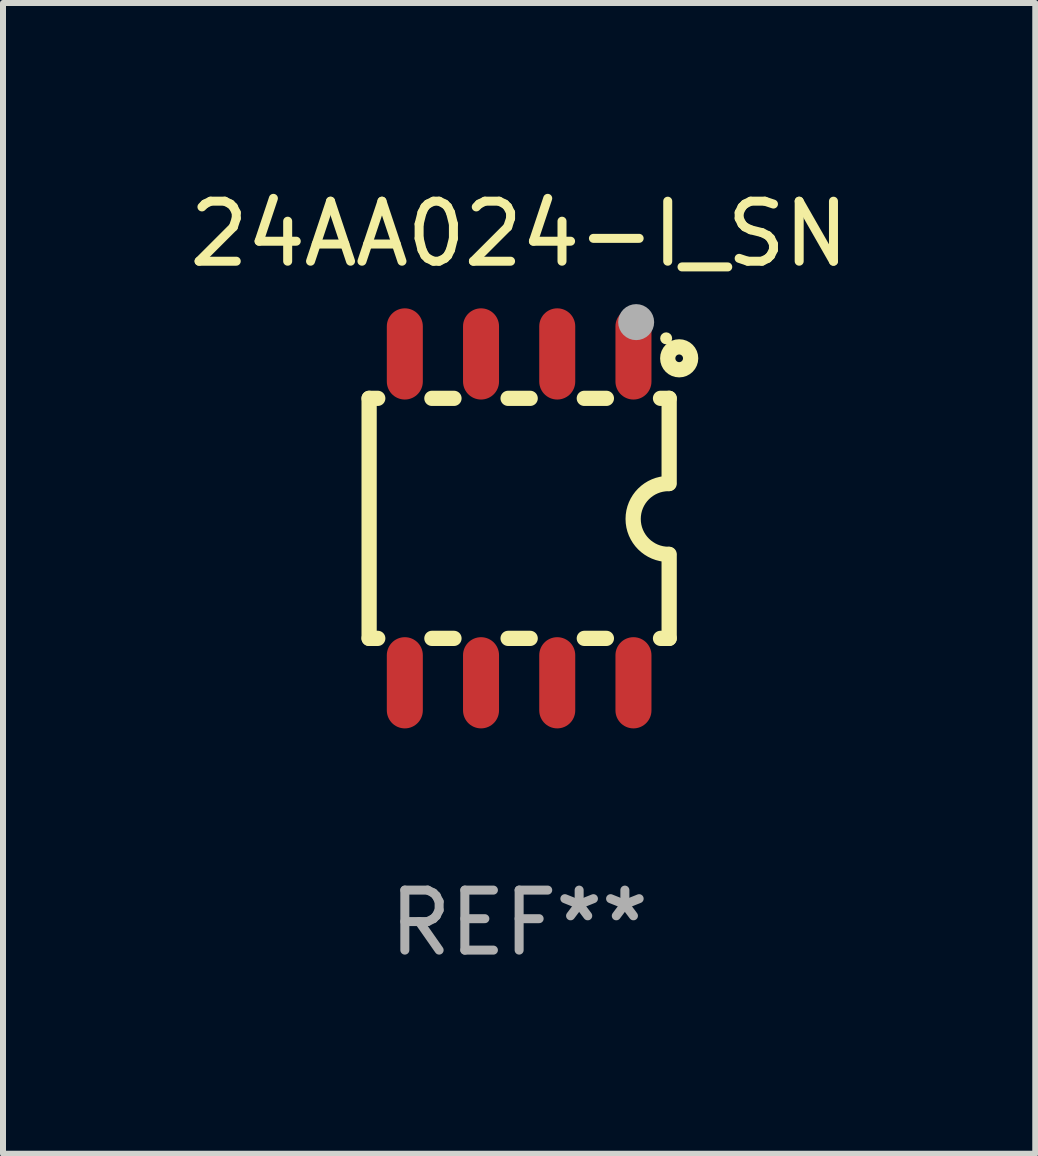
<source format=kicad_pcb>
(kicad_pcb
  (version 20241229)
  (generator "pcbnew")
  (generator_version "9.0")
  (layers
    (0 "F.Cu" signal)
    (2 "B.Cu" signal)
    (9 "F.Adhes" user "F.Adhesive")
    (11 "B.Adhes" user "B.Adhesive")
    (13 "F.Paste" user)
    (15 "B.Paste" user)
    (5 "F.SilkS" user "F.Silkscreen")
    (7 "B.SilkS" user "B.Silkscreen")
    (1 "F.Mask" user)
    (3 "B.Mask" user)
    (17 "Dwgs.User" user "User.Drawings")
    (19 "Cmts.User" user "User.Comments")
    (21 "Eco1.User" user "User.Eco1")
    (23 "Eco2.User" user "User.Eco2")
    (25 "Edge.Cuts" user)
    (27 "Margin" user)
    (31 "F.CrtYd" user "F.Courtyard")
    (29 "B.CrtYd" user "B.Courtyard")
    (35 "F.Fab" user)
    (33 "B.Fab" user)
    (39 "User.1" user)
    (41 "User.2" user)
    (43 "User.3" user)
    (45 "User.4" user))
  (footprint "24AA024-I_SN"
    (layer "F.Cu")
    (at 5.601 5.588)
    (property "Reference" "24AA024-I_SN" (at 0 -4.74 0) (layer "F.SilkS") (effects (font (size 1 1) (thickness 0.15))))
    (attr through_hole)
    (fp_line (start -2.5 2) (end -2.5 -2) (stroke (width 0.254) (type solid)) (layer "F.SilkS"))
    (fp_line (start -2.356 -2) (end -2.5 -2) (stroke (width 0.254) (type solid)) (layer "F.SilkS"))
    (fp_line (start -2.356 2) (end -2.5 2) (stroke (width 0.254) (type solid)) (layer "F.SilkS"))
    (fp_line (start -1.086 -2) (end -1.454 -2) (stroke (width 0.254) (type solid)) (layer "F.SilkS"))
    (fp_line (start -1.086 2) (end -1.454 2) (stroke (width 0.254) (type solid)) (layer "F.SilkS"))
    (fp_line (start 0.184 -2) (end -0.184 -2) (stroke (width 0.254) (type solid)) (layer "F.SilkS"))
    (fp_line (start 0.184 2) (end -0.184 2) (stroke (width 0.254) (type solid)) (layer "F.SilkS"))
    (fp_line (start 1.454 -2) (end 1.086 -2) (stroke (width 0.254) (type solid)) (layer "F.SilkS"))
    (fp_line (start 1.454 2) (end 1.086 2) (stroke (width 0.254) (type solid)) (layer "F.SilkS"))
    (fp_line (start 2.5 -2) (end 2.356 -2) (stroke (width 0.254) (type solid)) (layer "F.SilkS"))
    (fp_line (start 2.5 -0.58) (end 2.5 -2) (stroke (width 0.254) (type solid)) (layer "F.SilkS"))
    (fp_line (start 2.5 2) (end 2.356 2) (stroke (width 0.254) (type solid)) (layer "F.SilkS"))
    (fp_line (start 2.5 2) (end 2.5 0.6) (stroke (width 0.254) (type solid)) (layer "F.SilkS"))
    (fp_arc (start 2.489992 0.600051) (mid 1.901674 0.010046) (end 2.489992 -0.579959) (stroke (width 0.254001) (type solid)) (layer "F.SilkS"))
    (fp_circle (center 2.45 -3) (end 2.5 -3) (stroke (width 0.1) (type solid)) (fill no) (layer "F.SilkS"))
    (fp_circle (center 2.667 -2.667) (end 2.858 -2.667) (stroke (width 0.254) (type solid)) (fill no) (layer "F.SilkS"))
    (fp_circle (center 1.95 -3.27) (end 2.1 -3.27) (stroke (width 0.3) (type solid)) (fill no) (layer "F.Fab"))
    (fp_text user "REF**" (at 0 6.74 0) (layer "F.Fab") (effects (font (size 1 1) (thickness 0.15))))
    (pad "1" smd oval (at 1.905 -2.74) (size 0.6 1.52) (layers "F.Cu" "F.Mask" "F.Paste"))
    (pad "2" smd oval (at 0.635 -2.74) (size 0.6 1.52) (layers "F.Cu" "F.Mask" "F.Paste"))
    (pad "3" smd oval (at -0.635 -2.74) (size 0.6 1.52) (layers "F.Cu" "F.Mask" "F.Paste"))
    (pad "4" smd oval (at -1.905 -2.74) (size 0.6 1.52) (layers "F.Cu" "F.Mask" "F.Paste"))
    (pad "5" smd oval (at -1.905 2.74) (size 0.6 1.52) (layers "F.Cu" "F.Mask" "F.Paste"))
    (pad "6" smd oval (at -0.635 2.74) (size 0.6 1.52) (layers "F.Cu" "F.Mask" "F.Paste"))
    (pad "7" smd oval (at 0.635 2.74) (size 0.6 1.52) (layers "F.Cu" "F.Mask" "F.Paste"))
    (pad "8" smd oval (at 1.905 2.74) (size 0.6 1.52) (layers "F.Cu" "F.Mask" "F.Paste")))
  (gr_rect
    (start -3 -3)
    (end 14.202 16.176)
    (stroke (width 0.1) (type default))
    (fill no)
    (layer "Edge.Cuts")))
</source>
